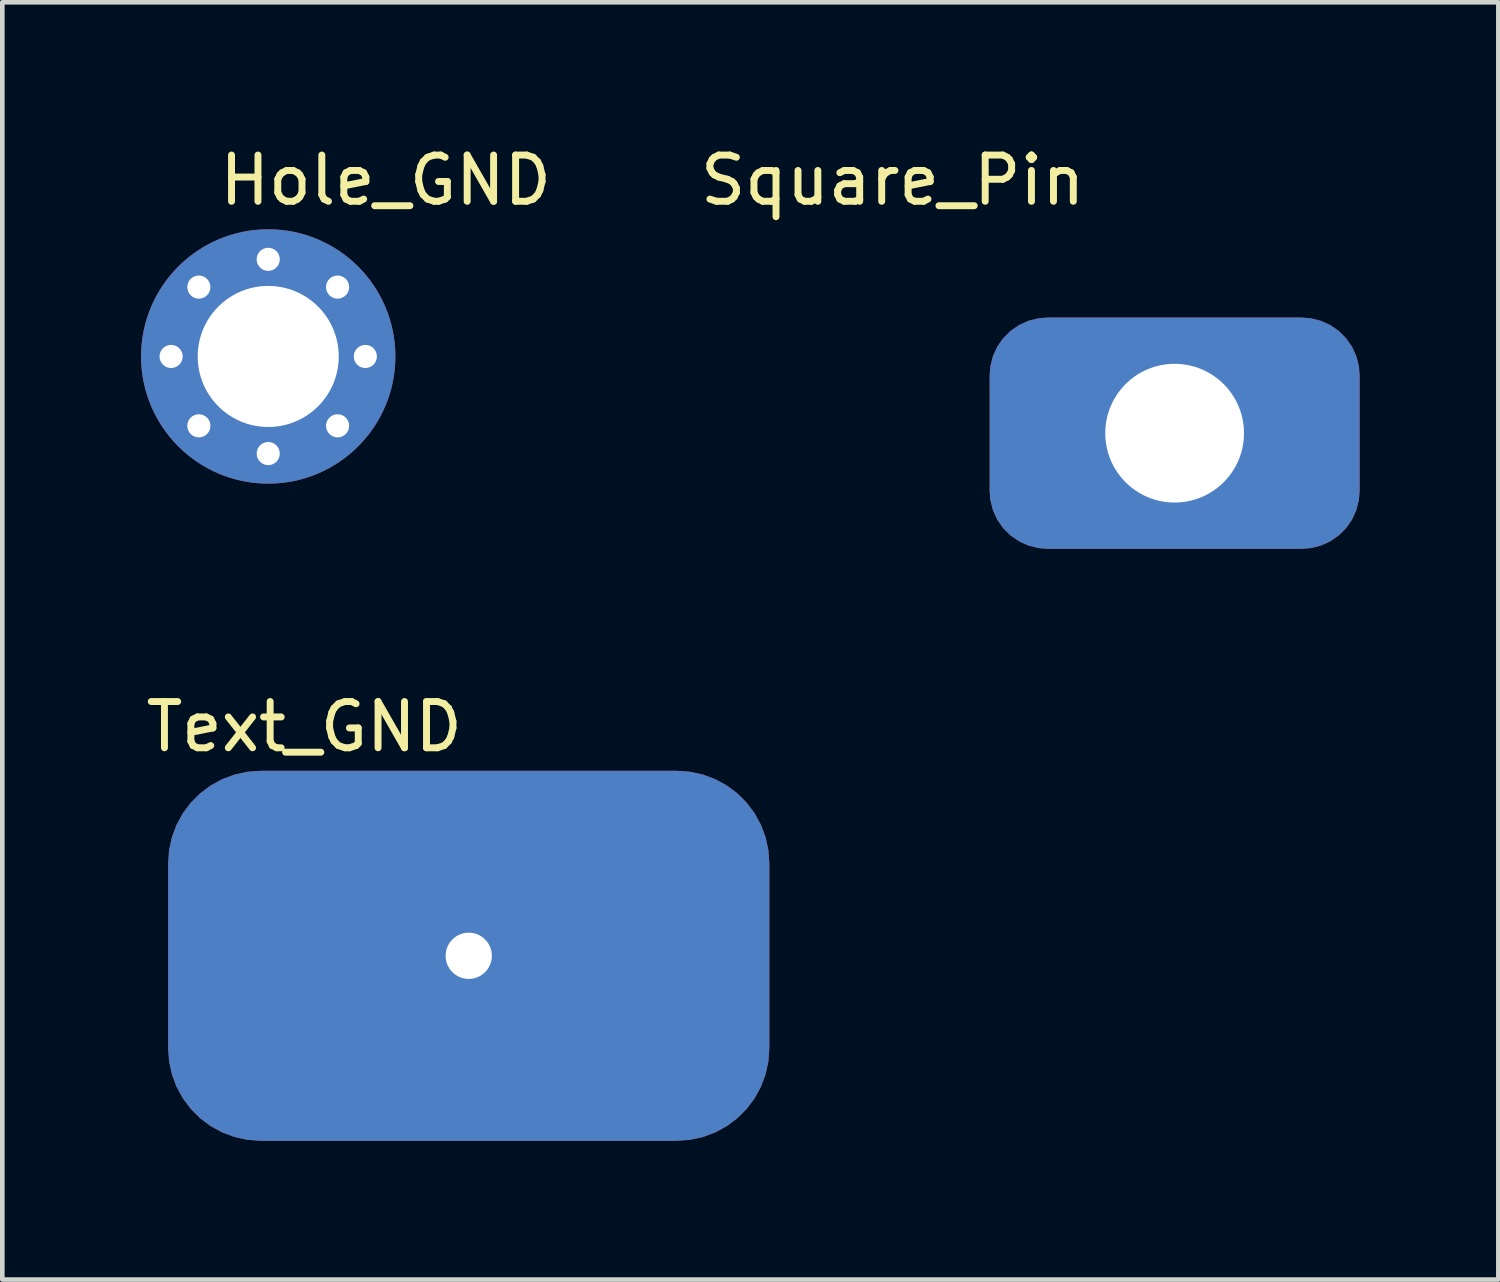
<source format=kicad_pcb>
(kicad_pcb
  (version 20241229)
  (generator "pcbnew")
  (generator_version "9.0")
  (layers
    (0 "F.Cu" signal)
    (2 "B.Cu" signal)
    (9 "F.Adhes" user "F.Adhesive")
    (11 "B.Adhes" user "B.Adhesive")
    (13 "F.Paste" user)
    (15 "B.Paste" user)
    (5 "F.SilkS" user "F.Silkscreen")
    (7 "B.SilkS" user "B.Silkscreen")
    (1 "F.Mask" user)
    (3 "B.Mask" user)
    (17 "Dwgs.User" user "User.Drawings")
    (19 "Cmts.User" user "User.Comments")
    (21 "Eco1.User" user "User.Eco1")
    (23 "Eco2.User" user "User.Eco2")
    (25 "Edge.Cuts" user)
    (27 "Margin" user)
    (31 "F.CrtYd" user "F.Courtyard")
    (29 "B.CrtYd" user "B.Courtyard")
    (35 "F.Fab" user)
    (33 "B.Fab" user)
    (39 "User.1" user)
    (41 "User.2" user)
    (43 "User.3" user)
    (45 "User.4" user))
  (footprint "Square_Pin"
    (layer "F.Cu")
    (at 22.35 6.317)
    (property "Reference" "Square_Pin" (at -6.096 -5.469 0) (layer "F.SilkS") (effects (font (size 1 1) (thickness 0.15))))
    (attr through_hole)
    (pad "1" thru_hole roundrect (at 0 0) (size 8 5) (drill 3) (layers "*.Cu" "*.Mask") (roundrect_rratio 0.25)))
  (footprint "Hole_GND"
    (layer "F.Cu")
    (at 2.75 4.658)
    (property "Reference" "Hole_GND" (at 2.54 -3.81 0) (layer "F.SilkS") (effects (font (size 1 1) (thickness 0.15))))
    (attr through_hole)
    (pad "1" thru_hole circle (at -2.1 0) (size 1 1) (drill 0.5) (layers "*.Cu" "*.Mask"))
    (pad "1" thru_hole circle (at -1.5 -1.5) (size 1 1) (drill 0.5) (layers "*.Cu" "*.Mask"))
    (pad "1" thru_hole circle (at -1.5 1.5) (size 1 1) (drill 0.5) (layers "*.Cu" "*.Mask"))
    (pad "1" thru_hole circle (at 0 -2.1) (size 1 1) (drill 0.5) (layers "*.Cu" "*.Mask"))
    (pad "1" thru_hole circle (at 0 0) (size 5.5 5.5) (drill 3.05) (layers "*.Cu" "*.Mask"))
    (pad "1" thru_hole circle (at 0 2.1) (size 1 1) (drill 0.5) (layers "*.Cu" "*.Mask"))
    (pad "1" thru_hole circle (at 1.5 -1.5) (size 1 1) (drill 0.5) (layers "*.Cu" "*.Mask"))
    (pad "1" thru_hole circle (at 1.5 1.5) (size 1 1) (drill 0.5) (layers "*.Cu" "*.Mask"))
    (pad "1" thru_hole circle (at 2.1 0) (size 1 1) (drill 0.5) (layers "*.Cu" "*.Mask")))
  (footprint "Text_GND"
    (layer "F.Cu")
    (at 6.959 17.872)
    (property "Reference" "Text_GND" (at -3.429 -5.207 0) (layer "F.SilkS") (effects (font (size 1 1) (thickness 0.15))))
    (attr through_hole)
    (pad "1" thru_hole roundrect (at 0.127 -0.254) (size 13 8) (drill 1) (layers "*.Cu" "*.Mask") (roundrect_rratio 0.25)))
  (gr_rect
    (start -3 -3)
    (end 29.35 24.619)
    (stroke (width 0.1) (type default))
    (fill no)
    (layer "Edge.Cuts")))
</source>
